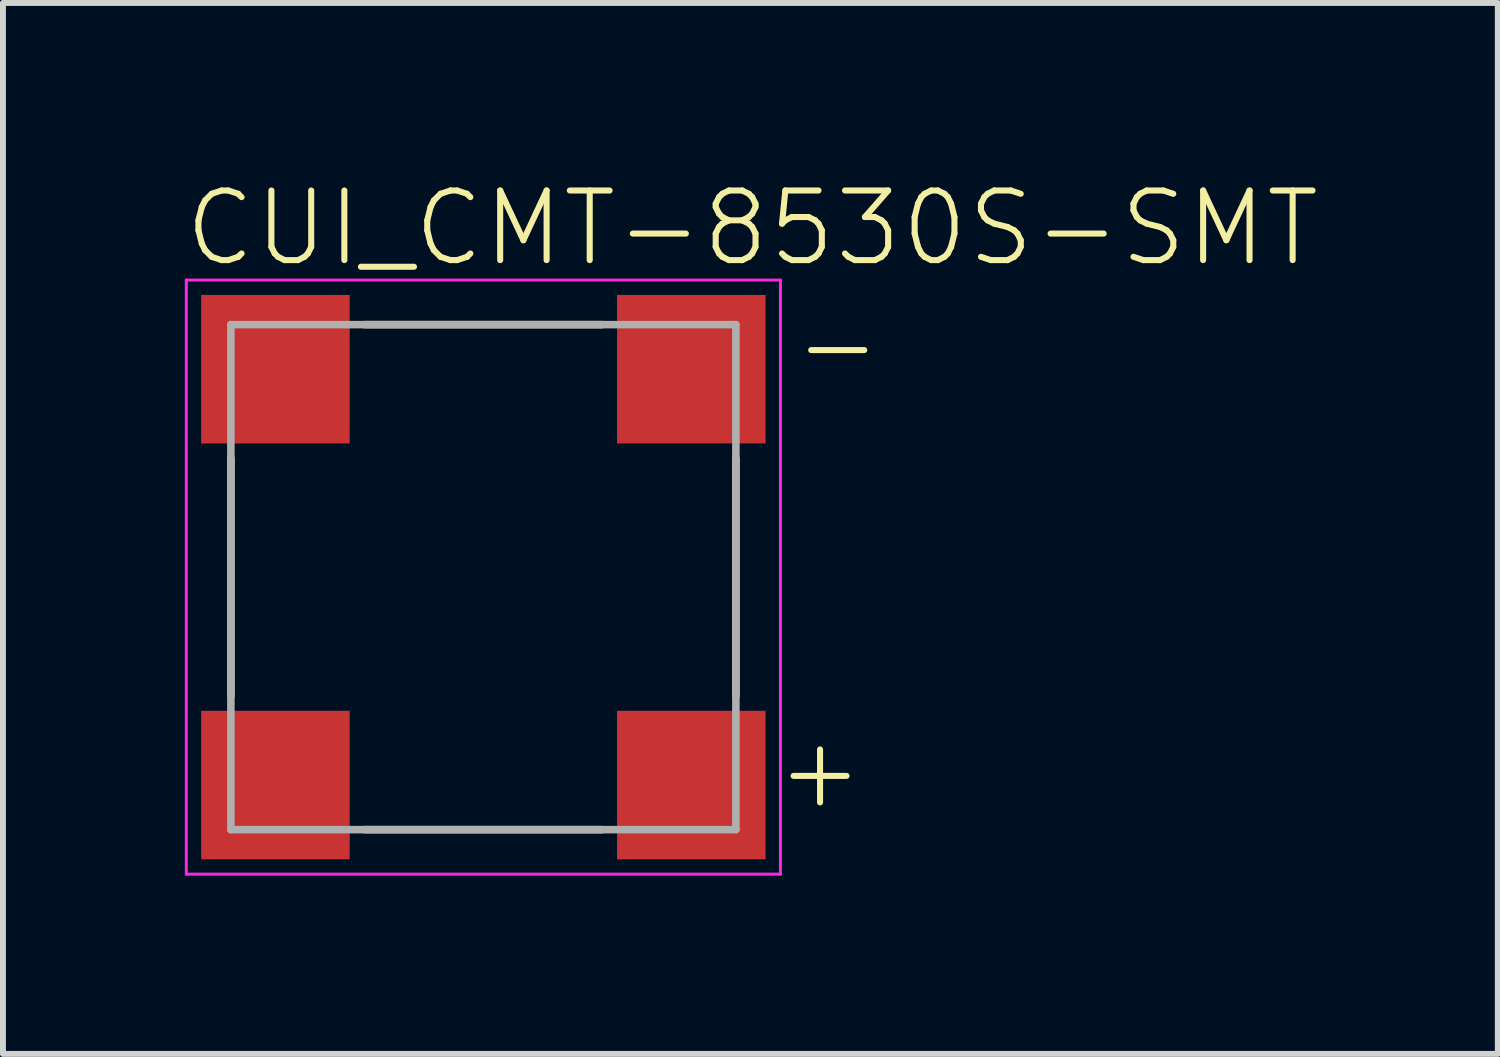
<source format=kicad_pcb>
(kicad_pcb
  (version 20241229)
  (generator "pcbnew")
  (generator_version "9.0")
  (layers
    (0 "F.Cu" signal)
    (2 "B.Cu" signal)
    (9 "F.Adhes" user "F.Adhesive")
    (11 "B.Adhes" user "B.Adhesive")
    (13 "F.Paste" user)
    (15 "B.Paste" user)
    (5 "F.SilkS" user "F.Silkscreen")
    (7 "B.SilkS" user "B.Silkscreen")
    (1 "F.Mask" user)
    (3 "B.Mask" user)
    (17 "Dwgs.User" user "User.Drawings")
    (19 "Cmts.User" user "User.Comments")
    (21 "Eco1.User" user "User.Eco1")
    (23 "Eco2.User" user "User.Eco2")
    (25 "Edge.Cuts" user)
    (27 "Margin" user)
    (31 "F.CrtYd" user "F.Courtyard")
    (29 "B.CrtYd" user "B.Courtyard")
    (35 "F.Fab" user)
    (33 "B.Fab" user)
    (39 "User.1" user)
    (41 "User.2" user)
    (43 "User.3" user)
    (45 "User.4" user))
  (footprint "CUI_CMT-8530S-SMT"
    (layer "F.Cu")
    (at 5.086 6.664)
    (property "Reference" "CUI_CMT-8530S-SMT" (at -5.086 -5.187 0) (unlocked yes) (layer "F.SilkS") (effects (font (size 1.172 1.172) (thickness 0.102)) (justify left bottom)))
    (fp_line (start -4.25 -2) (end -4.25 2) (stroke (width 0.127) (type solid)) (layer "F.SilkS"))
    (fp_line (start -2 -4.25) (end 2 -4.25) (stroke (width 0.127) (type solid)) (layer "F.SilkS"))
    (fp_line (start 2 4.25) (end -2 4.25) (stroke (width 0.127) (type solid)) (layer "F.SilkS"))
    (fp_line (start 4.25 -2) (end 4.25 2) (stroke (width 0.127) (type solid)) (layer "F.SilkS"))
    (fp_line (start -5 -5) (end -5 5) (stroke (width 0.05) (type solid)) (layer "F.CrtYd"))
    (fp_line (start 5 -5) (end -5 -5) (stroke (width 0.05) (type solid)) (layer "F.CrtYd"))
    (fp_line (start 5 -5) (end 5 5) (stroke (width 0.05) (type solid)) (layer "F.CrtYd"))
    (fp_line (start 5 5) (end -5 5) (stroke (width 0.05) (type solid)) (layer "F.CrtYd"))
    (fp_line (start -4.25 -4.25) (end 4.25 -4.25) (stroke (width 0.127) (type solid)) (layer "F.Fab"))
    (fp_line (start -4.25 4.25) (end -4.25 -4.25) (stroke (width 0.127) (type solid)) (layer "F.Fab"))
    (fp_line (start 4.25 -4.25) (end 4.25 4.25) (stroke (width 0.127) (type solid)) (layer "F.Fab"))
    (fp_line (start 4.25 4.25) (end -4.25 4.25) (stroke (width 0.127) (type solid)) (layer "F.Fab"))
    (fp_text user "-" (at 5.172 -3.227 0) (unlocked yes) (layer "F.SilkS") (effects (font (size 1.171 1.171) (thickness 0.102)) (justify left bottom)))
    (fp_text user "+" (at 6.261 4.137 90) (unlocked yes) (layer "F.SilkS") (effects (font (size 1.17 1.17) (thickness 0.102)) (justify left bottom)))
    (pad "1" smd rect (at -3.5 -3.5) (size 2.5 2.5) (layers "F.Cu" "F.Mask" "F.Paste"))
    (pad "2" smd rect (at -3.5 3.5) (size 2.5 2.5) (layers "F.Cu" "F.Mask" "F.Paste"))
    (pad "N" smd rect (at 3.5 -3.5) (size 2.5 2.5) (layers "F.Cu" "F.Mask" "F.Paste"))
    (pad "P" smd rect (at 3.5 3.5) (size 2.5 2.5) (layers "F.Cu" "F.Mask" "F.Paste")))
  (gr_rect
    (start -3 -3)
    (end 22.161 14.689)
    (stroke (width 0.1) (type default))
    (fill no)
    (layer "Edge.Cuts")))
</source>
